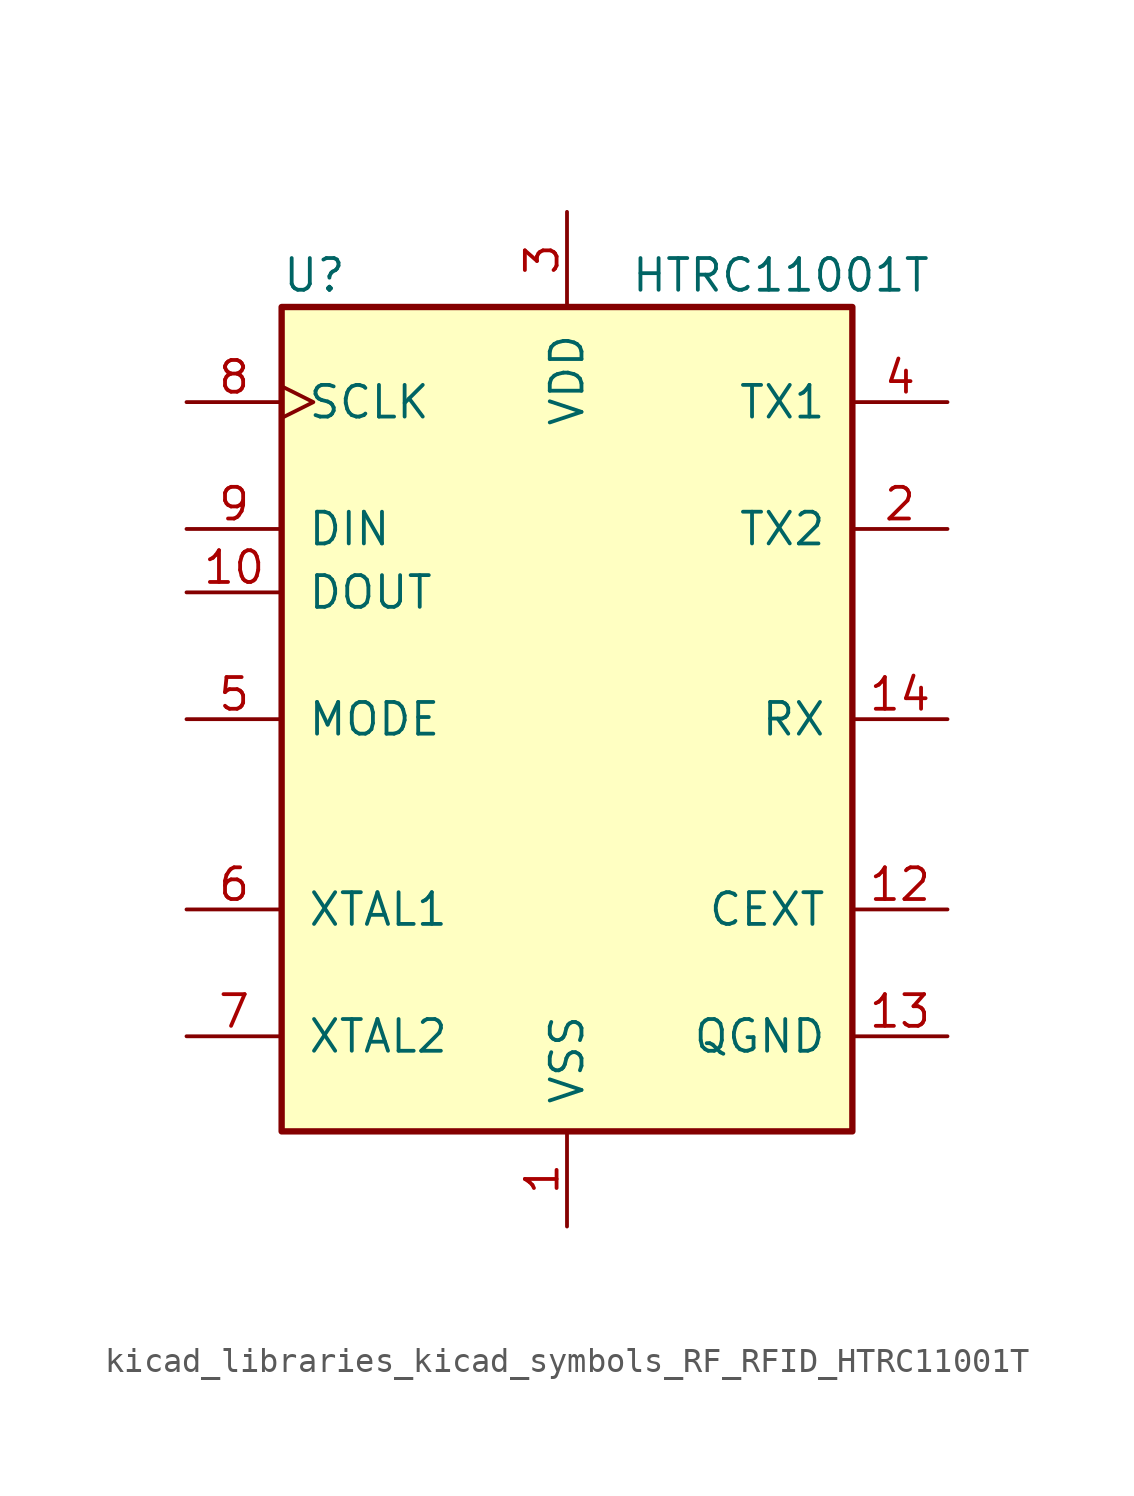
<source format=kicad_sym>
(kicad_symbol_lib
  (version 20220914)
  (generator kicad_symbol_editor)
  (symbol "kicad_libraries_kicad_symbols_RF_RFID_HTRC11001T"
    (pin_names
      (offset 1.016))
    (property "Reference" "U"
      (at -11.43 17.78 0)
      (effects (font (size 1.27 1.27)) (justify left)))
    (property "Value" "HTRC11001T"
      (at 2.54 17.78 0)
      (effects (font (size 1.27 1.27)) (justify left)))
    (symbol "kicad_libraries_kicad_symbols_RF_RFID_HTRC11001T_0_1"
      (rectangle (start -11.43 16.51) (end 11.43 -16.51) (stroke (width 0.254) (type default)) (fill (type background))))
    (symbol "kicad_libraries_kicad_symbols_RF_RFID_HTRC11001T_1_1"
      (pin power_in line (at 0 -20.32 90) (length 3.81) (name "VSS" (effects (font (size 1.27 1.27)))) (number "1" (effects (font (size 1.27 1.27)))))
      (pin output line (at -15.24 5.08 0) (length 3.81) (name "DOUT" (effects (font (size 1.27 1.27)))) (number "10" (effects (font (size 1.27 1.27)))))
      (pin passive line (at 15.24 -7.62 180) (length 3.81) (name "CEXT" (effects (font (size 1.27 1.27)))) (number "12" (effects (font (size 1.27 1.27)))))
      (pin passive line (at 15.24 -12.7 180) (length 3.81) (name "QGND" (effects (font (size 1.27 1.27)))) (number "13" (effects (font (size 1.27 1.27)))))
      (pin input line (at 15.24 0 180) (length 3.81) (name "RX" (effects (font (size 1.27 1.27)))) (number "14" (effects (font (size 1.27 1.27)))))
      (pin output line (at 15.24 7.62 180) (length 3.81) (name "TX2" (effects (font (size 1.27 1.27)))) (number "2" (effects (font (size 1.27 1.27)))))
      (pin power_in line (at 0 20.32 270) (length 3.81) (name "VDD" (effects (font (size 1.27 1.27)))) (number "3" (effects (font (size 1.27 1.27)))))
      (pin output line (at 15.24 12.7 180) (length 3.81) (name "TX1" (effects (font (size 1.27 1.27)))) (number "4" (effects (font (size 1.27 1.27)))))
      (pin input line (at -15.24 0 0) (length 3.81) (name "MODE" (effects (font (size 1.27 1.27)))) (number "5" (effects (font (size 1.27 1.27)))))
      (pin input line (at -15.24 -7.62 0) (length 3.81) (name "XTAL1" (effects (font (size 1.27 1.27)))) (number "6" (effects (font (size 1.27 1.27)))))
      (pin output line (at -15.24 -12.7 0) (length 3.81) (name "XTAL2" (effects (font (size 1.27 1.27)))) (number "7" (effects (font (size 1.27 1.27)))))
      (pin input clock (at -15.24 12.7 0) (length 3.81) (name "SCLK" (effects (font (size 1.27 1.27)))) (number "8" (effects (font (size 1.27 1.27)))))
      (pin input line (at -15.24 7.62 0) (length 3.81) (name "DIN" (effects (font (size 1.27 1.27)))) (number "9" (effects (font (size 1.27 1.27))))))))
</source>
